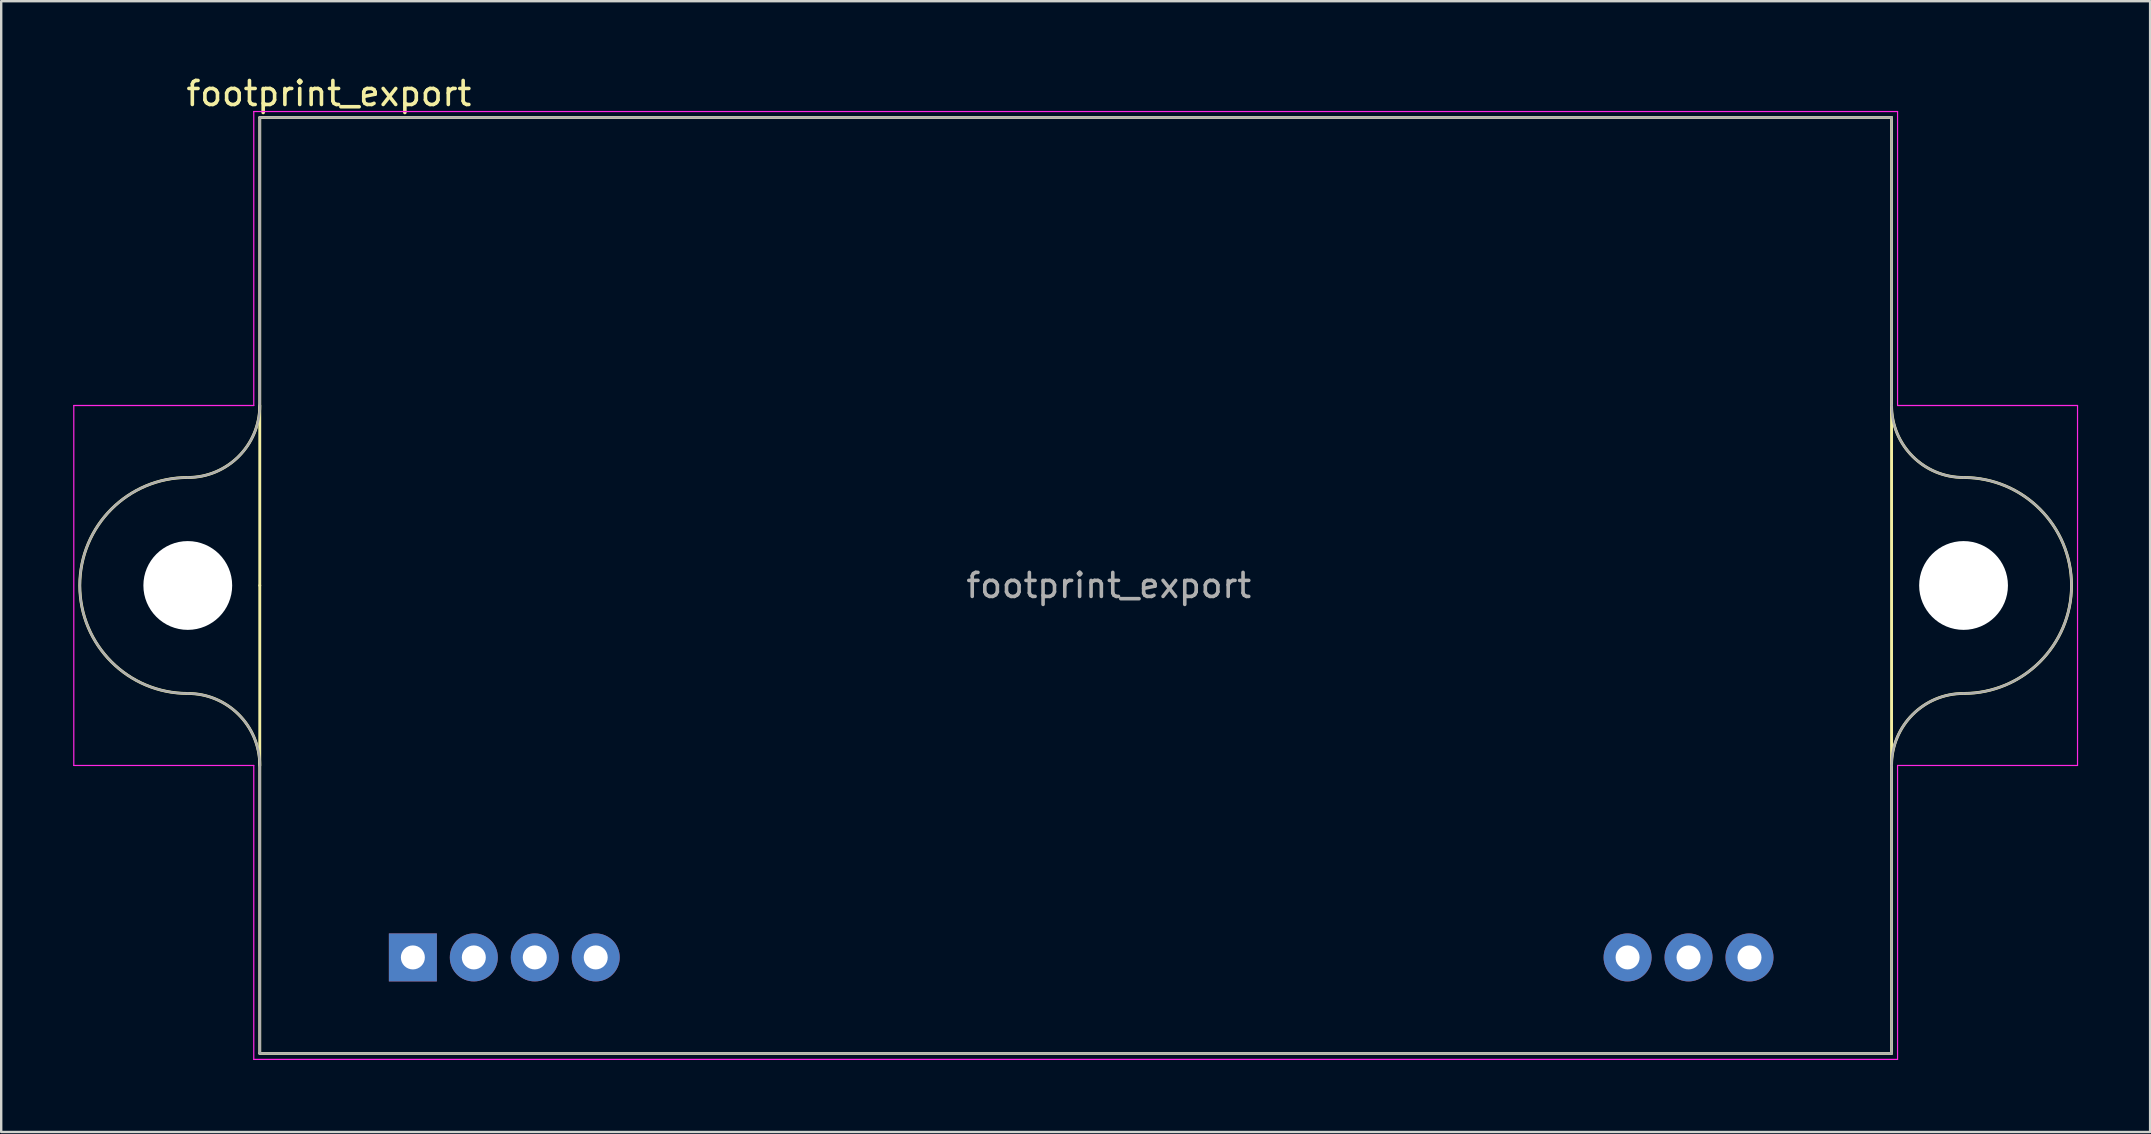
<source format=kicad_pcb>
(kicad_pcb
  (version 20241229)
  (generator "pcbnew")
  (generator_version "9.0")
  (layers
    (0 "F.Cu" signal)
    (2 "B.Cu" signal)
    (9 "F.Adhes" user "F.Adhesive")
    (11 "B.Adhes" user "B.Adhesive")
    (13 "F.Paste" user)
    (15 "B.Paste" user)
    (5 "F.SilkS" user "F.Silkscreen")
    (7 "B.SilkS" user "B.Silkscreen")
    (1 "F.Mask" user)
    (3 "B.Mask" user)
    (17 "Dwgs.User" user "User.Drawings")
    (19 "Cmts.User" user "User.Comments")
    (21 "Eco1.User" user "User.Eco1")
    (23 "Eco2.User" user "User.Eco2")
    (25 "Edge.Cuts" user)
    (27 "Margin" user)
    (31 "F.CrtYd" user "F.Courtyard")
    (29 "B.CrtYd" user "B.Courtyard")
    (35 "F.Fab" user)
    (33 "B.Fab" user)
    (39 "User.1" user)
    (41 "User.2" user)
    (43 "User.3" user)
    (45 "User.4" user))
  (footprint "footprint_export"
    (layer "F.Cu")
    (at 14.155 36.848)
    (property "Reference" "footprint_export" (at -3.5 -36 0) (layer "F.SilkS") (effects (font (size 1 1) (thickness 0.15))))
    (attr through_hole)
    (fp_line (start -6.38 -35) (end 61.62 -35) (stroke (width 0.12) (type solid)) (layer "F.SilkS"))
    (fp_line (start -6.38 -15.5) (end -6.38 -35) (stroke (width 0.12) (type solid)) (layer "F.SilkS"))
    (fp_line (start -6.38 -15.5) (end -6.38 4) (stroke (width 0.12) (type solid)) (layer "F.SilkS"))
    (fp_line (start -6.38 4) (end 61.62 4) (stroke (width 0.12) (type solid)) (layer "F.SilkS"))
    (fp_line (start 61.62 -35) (end 61.62 4) (stroke (width 0.12) (type solid)) (layer "F.SilkS"))
    (fp_arc (start -9.38 -11) (mid -13.88 -15.5) (end -9.38 -20) (stroke (width 0.12) (type solid)) (layer "F.SilkS"))
    (fp_arc (start -9.38 -11) (mid -7.25868 -10.12132) (end -6.38 -8) (stroke (width 0.12) (type solid)) (layer "F.SilkS"))
    (fp_arc (start -6.38 -23) (mid -7.25868 -20.87868) (end -9.38 -20) (stroke (width 0.12) (type solid)) (layer "F.SilkS"))
    (fp_arc (start 61.62 -8) (mid 62.49868 -10.12132) (end 64.62 -11) (stroke (width 0.12) (type solid)) (layer "F.SilkS"))
    (fp_arc (start 64.62 -20) (mid 62.49868 -20.87868) (end 61.62 -23) (stroke (width 0.12) (type solid)) (layer "F.SilkS"))
    (fp_arc (start 64.62 -20) (mid 69.12 -15.5) (end 64.62 -11) (stroke (width 0.12) (type solid)) (layer "F.SilkS"))
    (fp_circle (center -9.38 -15.5) (end -7.63 -15.5) (stroke (width 0.12) (type solid)) (fill no) (layer "F.SilkS"))
    (fp_circle (center 64.62 -15.5) (end 66.37 -15.5) (stroke (width 0.12) (type solid)) (fill no) (layer "F.SilkS"))
    (fp_line (start -14.13 -8) (end -14.13 -23) (stroke (width 0.05) (type solid)) (layer "F.CrtYd"))
    (fp_line (start -6.63 -35.25) (end -6.63 -23) (stroke (width 0.05) (type solid)) (layer "F.CrtYd"))
    (fp_line (start -6.63 -35.25) (end 61.87 -35.25) (stroke (width 0.05) (type solid)) (layer "F.CrtYd"))
    (fp_line (start -6.63 -23) (end -14.13 -23) (stroke (width 0.05) (type solid)) (layer "F.CrtYd"))
    (fp_line (start -6.63 -8) (end -14.13 -8) (stroke (width 0.05) (type solid)) (layer "F.CrtYd"))
    (fp_line (start -6.63 4.25) (end -6.63 -8) (stroke (width 0.05) (type solid)) (layer "F.CrtYd"))
    (fp_line (start 61.87 -35.25) (end 61.87 -23) (stroke (width 0.05) (type solid)) (layer "F.CrtYd"))
    (fp_line (start 61.87 4.25) (end -6.63 4.25) (stroke (width 0.05) (type solid)) (layer "F.CrtYd"))
    (fp_line (start 61.87 4.25) (end 61.87 -8) (stroke (width 0.05) (type solid)) (layer "F.CrtYd"))
    (fp_line (start 69.37 -23) (end 61.87 -23) (stroke (width 0.05) (type solid)) (layer "F.CrtYd"))
    (fp_line (start 69.37 -23) (end 69.37 -8) (stroke (width 0.05) (type solid)) (layer "F.CrtYd"))
    (fp_line (start 69.37 -8) (end 61.87 -8) (stroke (width 0.05) (type solid)) (layer "F.CrtYd"))
    (fp_line (start -6.38 -35) (end 61.62 -35) (stroke (width 0.1) (type solid)) (layer "F.Fab"))
    (fp_line (start -6.38 -23) (end -6.38 -35) (stroke (width 0.1) (type solid)) (layer "F.Fab"))
    (fp_line (start -6.38 -8) (end -6.38 4) (stroke (width 0.1) (type solid)) (layer "F.Fab"))
    (fp_line (start -6.38 4) (end 61.62 4) (stroke (width 0.1) (type solid)) (layer "F.Fab"))
    (fp_line (start 61.62 -35) (end 61.62 -23) (stroke (width 0.1) (type solid)) (layer "F.Fab"))
    (fp_line (start 61.62 -8) (end 61.62 4) (stroke (width 0.1) (type solid)) (layer "F.Fab"))
    (fp_arc (start -9.38 -11) (mid -13.88 -15.5) (end -9.38 -20) (stroke (width 0.1) (type solid)) (layer "F.Fab"))
    (fp_arc (start -9.38 -11) (mid -7.25868 -10.12132) (end -6.38 -8) (stroke (width 0.1) (type solid)) (layer "F.Fab"))
    (fp_arc (start -6.38 -23) (mid -7.25868 -20.87868) (end -9.38 -20) (stroke (width 0.1) (type solid)) (layer "F.Fab"))
    (fp_arc (start 61.62 -8) (mid 62.49868 -10.12132) (end 64.62 -11) (stroke (width 0.1) (type solid)) (layer "F.Fab"))
    (fp_arc (start 64.62 -20) (mid 62.49868 -20.87868) (end 61.62 -23) (stroke (width 0.1) (type solid)) (layer "F.Fab"))
    (fp_arc (start 64.62 -20) (mid 69.12 -15.5) (end 64.62 -11) (stroke (width 0.1) (type solid)) (layer "F.Fab"))
    (fp_text user "${REFERENCE}" (at 29 -15.5 0) (layer "F.Fab") (effects (font (size 1 1) (thickness 0.15))))
    (pad "" np_thru_hole circle (at -9.38 -15.5) (size 3.7 3.7) (drill 3.7) (layers "*.Cu" "*.Mask"))
    (pad "" np_thru_hole circle (at 64.62 -15.5) (size 3.7 3.7) (drill 3.7) (layers "*.Cu" "*.Mask"))
    (pad "1" thru_hole rect (at 0 0) (size 2 2) (drill 1) (layers "*.Cu" "*.Mask"))
    (pad "2" thru_hole circle (at 2.54 0) (size 2 2) (drill 1) (layers "*.Cu" "*.Mask"))
    (pad "3" thru_hole circle (at 5.08 0) (size 2 2) (drill 1) (layers "*.Cu" "*.Mask"))
    (pad "4" thru_hole circle (at 7.62 0) (size 2 2) (drill 1) (layers "*.Cu" "*.Mask"))
    (pad "5" thru_hole circle (at 50.62 0) (size 2 2) (drill 1) (layers "*.Cu" "*.Mask"))
    (pad "6" thru_hole circle (at 53.16 0) (size 2 2) (drill 1) (layers "*.Cu" "*.Mask"))
    (pad "7" thru_hole circle (at 55.7 0) (size 2 2) (drill 1) (layers "*.Cu" "*.Mask")))
  (gr_rect
    (start -3 -3)
    (end 86.55 44.123)
    (stroke (width 0.1) (type default))
    (fill no)
    (layer "Edge.Cuts")))
</source>
